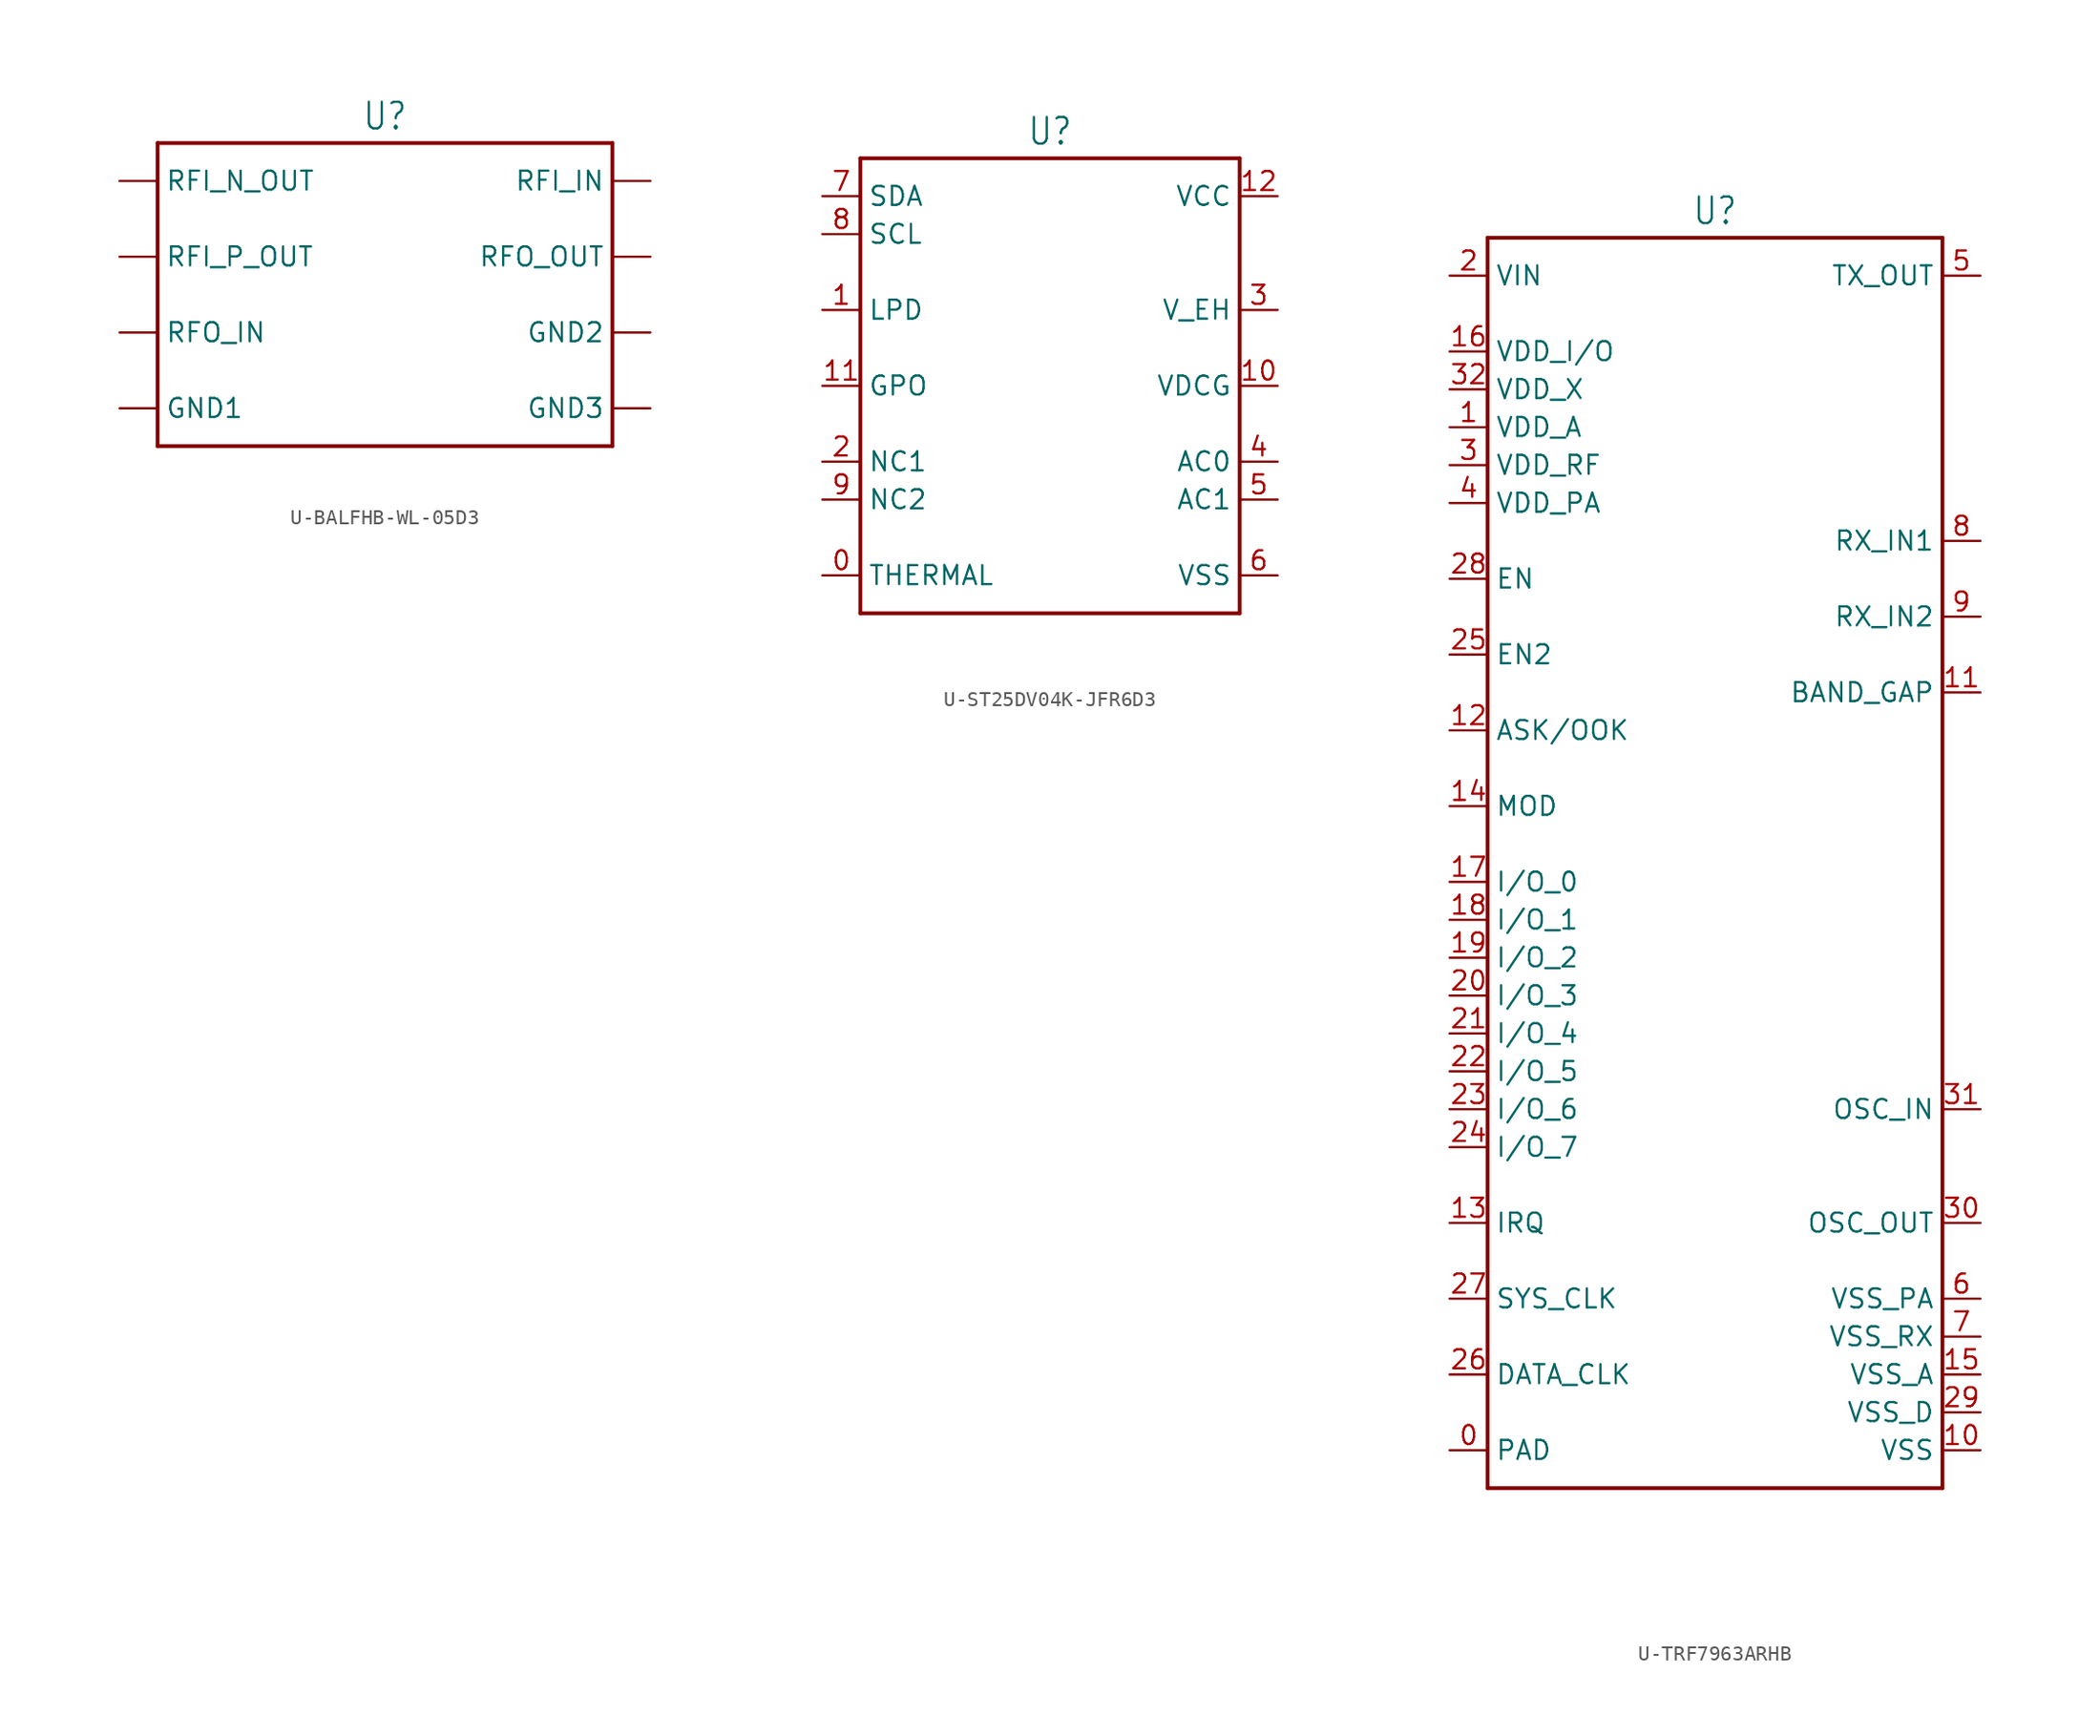
<source format=kicad_sym>
(kicad_symbol_lib
  (version 20231120)
  (generator "kicad_symbol_editor")
  (generator_version "8.0")
  (symbol "U-BALFHB-WL-05D3"
    (property "Reference" "U"
      (at 0 10.922 0)
      (effects (font (size 1.778 1.511)) (justify bottom)))
    (property "Value" ""
      (at 0 -10.922 0)
      (effects (font (size 1.778 1.511)) (justify top)))
    (property "ki_locked" ""
      (at 0 0 0)
      (effects (font (size 1.27 1.27))))
    (symbol "U-BALFHB-WL-05D3_1_0"
      (polyline (pts (xy -15.24 -10.16) (xy -15.24 10.16)) (stroke (width 0.254) (type solid)) (fill (type none)))
      (polyline (pts (xy -15.24 10.16) (xy 15.24 10.16)) (stroke (width 0.254) (type solid)) (fill (type none)))
      (polyline (pts (xy 15.24 -10.16) (xy -15.24 -10.16)) (stroke (width 0.254) (type solid)) (fill (type none)))
      (polyline (pts (xy 15.24 10.16) (xy 15.24 -10.16)) (stroke (width 0.254) (type solid)) (fill (type none)))
      (pin passive line (at -17.78 -7.62 0) (length 2.54) (name "GND1" (effects (font (size 1.27 1.27)))) (number "GND1" (effects (font (size 0 0)))))
      (pin passive line (at 17.78 -2.54 180) (length 2.54) (name "GND2" (effects (font (size 1.27 1.27)))) (number "GND2" (effects (font (size 0 0)))))
      (pin passive line (at 17.78 -7.62 180) (length 2.54) (name "GND3" (effects (font (size 1.27 1.27)))) (number "GND3" (effects (font (size 0 0)))))
      (pin passive line (at 17.78 7.62 180) (length 2.54) (name "RFI_IN" (effects (font (size 1.27 1.27)))) (number "RFI_IN" (effects (font (size 0 0)))))
      (pin passive line (at -17.78 7.62 0) (length 2.54) (name "RFI_N_OUT" (effects (font (size 1.27 1.27)))) (number "RFI_N_OUT" (effects (font (size 0 0)))))
      (pin passive line (at -17.78 2.54 0) (length 2.54) (name "RFI_P_OUT" (effects (font (size 1.27 1.27)))) (number "RFI_P_OUT" (effects (font (size 0 0)))))
      (pin passive line (at -17.78 -2.54 0) (length 2.54) (name "RFO_IN" (effects (font (size 1.27 1.27)))) (number "RFO_IN" (effects (font (size 0 0)))))
      (pin passive line (at 17.78 2.54 180) (length 2.54) (name "RFO_OUT" (effects (font (size 1.27 1.27)))) (number "RFO_OUT" (effects (font (size 0 0)))))))
  (symbol "U-ST25DV04K-JFR6D3"
    (property "Reference" "U"
      (at 0 16.002 0)
      (effects (font (size 1.778 1.511)) (justify bottom)))
    (property "Value" ""
      (at 0 -16.002 0)
      (effects (font (size 1.778 1.511)) (justify top)))
    (property "ki_locked" ""
      (at 0 0 0)
      (effects (font (size 1.27 1.27))))
    (symbol "U-ST25DV04K-JFR6D3_1_0"
      (polyline (pts (xy -12.7 -15.24) (xy -12.7 15.24)) (stroke (width 0.254) (type solid)) (fill (type none)))
      (polyline (pts (xy -12.7 15.24) (xy 12.7 15.24)) (stroke (width 0.254) (type solid)) (fill (type none)))
      (polyline (pts (xy 12.7 -15.24) (xy -12.7 -15.24)) (stroke (width 0.254) (type solid)) (fill (type none)))
      (polyline (pts (xy 12.7 15.24) (xy 12.7 -15.24)) (stroke (width 0.254) (type solid)) (fill (type none)))
      (pin passive line (at -15.24 -12.7 0) (length 2.54) (name "THERMAL" (effects (font (size 1.27 1.27)))) (number "0" (effects (font (size 1.27 1.27)))))
      (pin passive line (at -15.24 5.08 0) (length 2.54) (name "LPD" (effects (font (size 1.27 1.27)))) (number "1" (effects (font (size 1.27 1.27)))))
      (pin passive line (at 15.24 0 180) (length 2.54) (name "VDCG" (effects (font (size 1.27 1.27)))) (number "10" (effects (font (size 1.27 1.27)))))
      (pin passive line (at -15.24 0 0) (length 2.54) (name "GPO" (effects (font (size 1.27 1.27)))) (number "11" (effects (font (size 1.27 1.27)))))
      (pin passive line (at 15.24 12.7 180) (length 2.54) (name "VCC" (effects (font (size 1.27 1.27)))) (number "12" (effects (font (size 1.27 1.27)))))
      (pin passive line (at -15.24 -5.08 0) (length 2.54) (name "NC1" (effects (font (size 1.27 1.27)))) (number "2" (effects (font (size 1.27 1.27)))))
      (pin passive line (at 15.24 5.08 180) (length 2.54) (name "V_EH" (effects (font (size 1.27 1.27)))) (number "3" (effects (font (size 1.27 1.27)))))
      (pin passive line (at 15.24 -5.08 180) (length 2.54) (name "AC0" (effects (font (size 1.27 1.27)))) (number "4" (effects (font (size 1.27 1.27)))))
      (pin passive line (at 15.24 -7.62 180) (length 2.54) (name "AC1" (effects (font (size 1.27 1.27)))) (number "5" (effects (font (size 1.27 1.27)))))
      (pin passive line (at 15.24 -12.7 180) (length 2.54) (name "VSS" (effects (font (size 1.27 1.27)))) (number "6" (effects (font (size 1.27 1.27)))))
      (pin passive line (at -15.24 12.7 0) (length 2.54) (name "SDA" (effects (font (size 1.27 1.27)))) (number "7" (effects (font (size 1.27 1.27)))))
      (pin passive line (at -15.24 10.16 0) (length 2.54) (name "SCL" (effects (font (size 1.27 1.27)))) (number "8" (effects (font (size 1.27 1.27)))))
      (pin passive line (at -15.24 -7.62 0) (length 2.54) (name "NC2" (effects (font (size 1.27 1.27)))) (number "9" (effects (font (size 1.27 1.27)))))))
  (symbol "U-TRF7963ARHB"
    (property "Reference" "U"
      (at 0 41.402 0)
      (effects (font (size 1.778 1.511)) (justify bottom)))
    (property "Value" ""
      (at 0 -43.942 0)
      (effects (font (size 1.778 1.511)) (justify top)))
    (property "ki_locked" ""
      (at 0 0 0)
      (effects (font (size 1.27 1.27))))
    (symbol "U-TRF7963ARHB_1_0"
      (polyline (pts (xy -15.24 -43.18) (xy 15.24 -43.18)) (stroke (width 0.254) (type solid)) (fill (type none)))
      (polyline (pts (xy -15.24 40.64) (xy -15.24 -43.18)) (stroke (width 0.254) (type solid)) (fill (type none)))
      (polyline (pts (xy 15.24 -43.18) (xy 15.24 40.64)) (stroke (width 0.254) (type solid)) (fill (type none)))
      (polyline (pts (xy 15.24 40.64) (xy -15.24 40.64)) (stroke (width 0.254) (type solid)) (fill (type none)))
      (pin passive line (at -17.78 -40.64 0) (length 2.54) (name "PAD" (effects (font (size 1.27 1.27)))) (number "0" (effects (font (size 1.27 1.27)))))
      (pin passive line (at -17.78 27.94 0) (length 2.54) (name "VDD_A" (effects (font (size 1.27 1.27)))) (number "1" (effects (font (size 1.27 1.27)))))
      (pin passive line (at 17.78 -40.64 180) (length 2.54) (name "VSS" (effects (font (size 1.27 1.27)))) (number "10" (effects (font (size 1.27 1.27)))))
      (pin passive line (at 17.78 10.16 180) (length 2.54) (name "BAND_GAP" (effects (font (size 1.27 1.27)))) (number "11" (effects (font (size 1.27 1.27)))))
      (pin passive line (at -17.78 7.62 0) (length 2.54) (name "ASK/OOK" (effects (font (size 1.27 1.27)))) (number "12" (effects (font (size 1.27 1.27)))))
      (pin passive line (at -17.78 -25.4 0) (length 2.54) (name "IRQ" (effects (font (size 1.27 1.27)))) (number "13" (effects (font (size 1.27 1.27)))))
      (pin passive line (at -17.78 2.54 0) (length 2.54) (name "MOD" (effects (font (size 1.27 1.27)))) (number "14" (effects (font (size 1.27 1.27)))))
      (pin passive line (at 17.78 -35.56 180) (length 2.54) (name "VSS_A" (effects (font (size 1.27 1.27)))) (number "15" (effects (font (size 1.27 1.27)))))
      (pin passive line (at -17.78 33.02 0) (length 2.54) (name "VDD_I/O" (effects (font (size 1.27 1.27)))) (number "16" (effects (font (size 1.27 1.27)))))
      (pin passive line (at -17.78 -2.54 0) (length 2.54) (name "I/O_0" (effects (font (size 1.27 1.27)))) (number "17" (effects (font (size 1.27 1.27)))))
      (pin passive line (at -17.78 -5.08 0) (length 2.54) (name "I/O_1" (effects (font (size 1.27 1.27)))) (number "18" (effects (font (size 1.27 1.27)))))
      (pin passive line (at -17.78 -7.62 0) (length 2.54) (name "I/O_2" (effects (font (size 1.27 1.27)))) (number "19" (effects (font (size 1.27 1.27)))))
      (pin passive line (at -17.78 38.1 0) (length 2.54) (name "VIN" (effects (font (size 1.27 1.27)))) (number "2" (effects (font (size 1.27 1.27)))))
      (pin passive line (at -17.78 -10.16 0) (length 2.54) (name "I/O_3" (effects (font (size 1.27 1.27)))) (number "20" (effects (font (size 1.27 1.27)))))
      (pin passive line (at -17.78 -12.7 0) (length 2.54) (name "I/O_4" (effects (font (size 1.27 1.27)))) (number "21" (effects (font (size 1.27 1.27)))))
      (pin passive line (at -17.78 -15.24 0) (length 2.54) (name "I/O_5" (effects (font (size 1.27 1.27)))) (number "22" (effects (font (size 1.27 1.27)))))
      (pin passive line (at -17.78 -17.78 0) (length 2.54) (name "I/O_6" (effects (font (size 1.27 1.27)))) (number "23" (effects (font (size 1.27 1.27)))))
      (pin passive line (at -17.78 -20.32 0) (length 2.54) (name "I/O_7" (effects (font (size 1.27 1.27)))) (number "24" (effects (font (size 1.27 1.27)))))
      (pin passive line (at -17.78 12.7 0) (length 2.54) (name "EN2" (effects (font (size 1.27 1.27)))) (number "25" (effects (font (size 1.27 1.27)))))
      (pin passive line (at -17.78 -35.56 0) (length 2.54) (name "DATA_CLK" (effects (font (size 1.27 1.27)))) (number "26" (effects (font (size 1.27 1.27)))))
      (pin passive line (at -17.78 -30.48 0) (length 2.54) (name "SYS_CLK" (effects (font (size 1.27 1.27)))) (number "27" (effects (font (size 1.27 1.27)))))
      (pin passive line (at -17.78 17.78 0) (length 2.54) (name "EN" (effects (font (size 1.27 1.27)))) (number "28" (effects (font (size 1.27 1.27)))))
      (pin passive line (at 17.78 -38.1 180) (length 2.54) (name "VSS_D" (effects (font (size 1.27 1.27)))) (number "29" (effects (font (size 1.27 1.27)))))
      (pin passive line (at -17.78 25.4 0) (length 2.54) (name "VDD_RF" (effects (font (size 1.27 1.27)))) (number "3" (effects (font (size 1.27 1.27)))))
      (pin passive line (at 17.78 -25.4 180) (length 2.54) (name "OSC_OUT" (effects (font (size 1.27 1.27)))) (number "30" (effects (font (size 1.27 1.27)))))
      (pin passive line (at 17.78 -17.78 180) (length 2.54) (name "OSC_IN" (effects (font (size 1.27 1.27)))) (number "31" (effects (font (size 1.27 1.27)))))
      (pin passive line (at -17.78 30.48 0) (length 2.54) (name "VDD_X" (effects (font (size 1.27 1.27)))) (number "32" (effects (font (size 1.27 1.27)))))
      (pin passive line (at -17.78 22.86 0) (length 2.54) (name "VDD_PA" (effects (font (size 1.27 1.27)))) (number "4" (effects (font (size 1.27 1.27)))))
      (pin passive line (at 17.78 38.1 180) (length 2.54) (name "TX_OUT" (effects (font (size 1.27 1.27)))) (number "5" (effects (font (size 1.27 1.27)))))
      (pin passive line (at 17.78 -30.48 180) (length 2.54) (name "VSS_PA" (effects (font (size 1.27 1.27)))) (number "6" (effects (font (size 1.27 1.27)))))
      (pin passive line (at 17.78 -33.02 180) (length 2.54) (name "VSS_RX" (effects (font (size 1.27 1.27)))) (number "7" (effects (font (size 1.27 1.27)))))
      (pin passive line (at 17.78 20.32 180) (length 2.54) (name "RX_IN1" (effects (font (size 1.27 1.27)))) (number "8" (effects (font (size 1.27 1.27)))))
      (pin passive line (at 17.78 15.24 180) (length 2.54) (name "RX_IN2" (effects (font (size 1.27 1.27)))) (number "9" (effects (font (size 1.27 1.27))))))))
</source>
